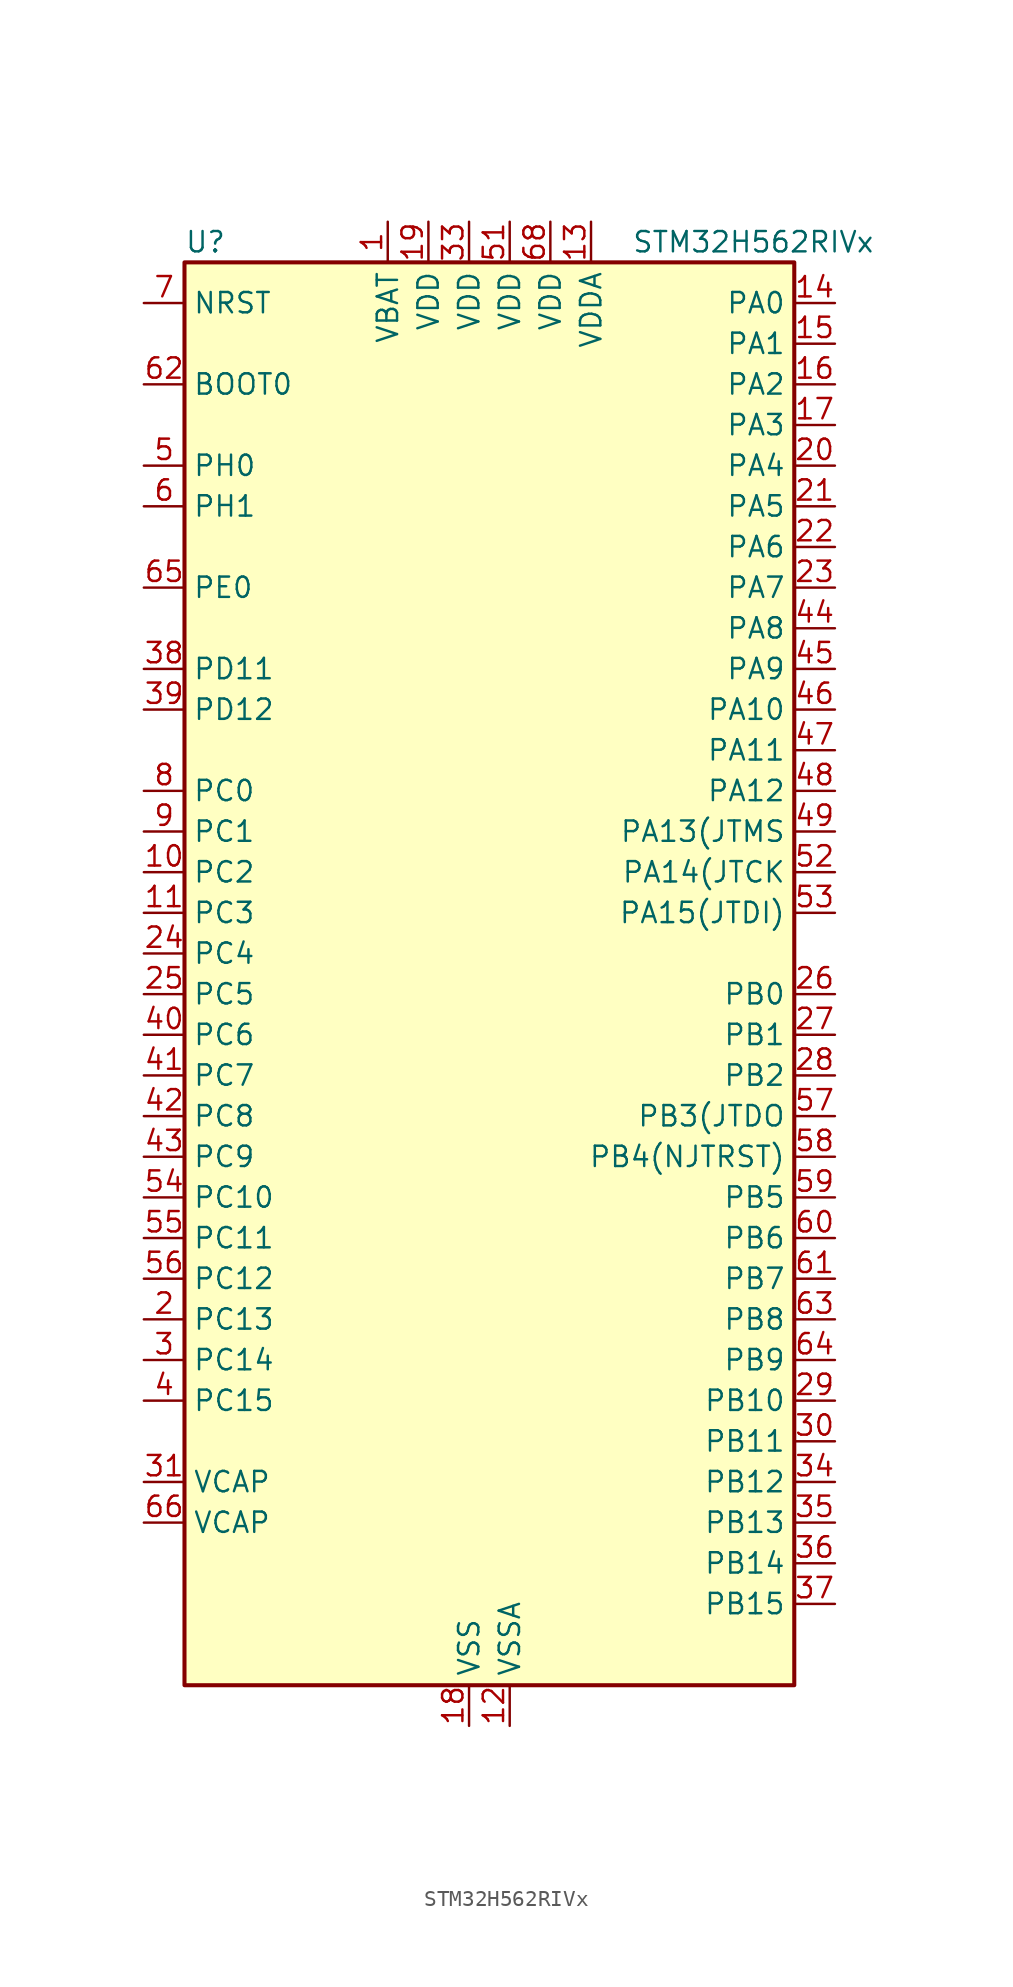
<source format=kicad_sym>
(kicad_symbol_lib
  (version 20231120)
  (generator "kicad_symbol_editor")
  (generator_version "8.0")
  (symbol "STM32H562RIVx"
    (property "Reference" "U"
      (at -17.78 46.99 0)
      (effects (font (size 1.27 1.27)) (justify left)))
    (property "Value" "STM32H562RIVx"
      (at 10.16 46.99 0)
      (effects (font (size 1.27 1.27)) (justify left)))
    (property "ki_locked" ""
      (at 0 0 0)
      (effects (font (size 1.27 1.27))))
    (symbol "STM32H562RIVx_0_1"
      (rectangle (start -17.78 -43.18) (end 20.32 45.72) (stroke (width 0.254) (type default)) (fill (type background))))
    (symbol "STM32H562RIVx_1_1"
      (pin power_in line (at -5.08 48.26 270) (length 2.54) (name "VBAT" (effects (font (size 1.27 1.27)))) (number "1" (effects (font (size 1.27 1.27)))))
      (pin bidirectional line (at -20.32 7.62 0) (length 2.54) (name "PC2" (effects (font (size 1.27 1.27)))) (number "10" (effects (font (size 1.27 1.27)))) (alternate "ADC1_INN11" bidirectional line) (alternate "ADC1_INP12" bidirectional line) (alternate "ADC2_INN11" bidirectional line) (alternate "ADC2_INP12" bidirectional line) (alternate "I2S2_SDI" bidirectional line) (alternate "OCTOSPI1_IO2" bidirectional line) (alternate "OCTOSPI1_IO5" bidirectional line) (alternate "PWR_CSLEEP" bidirectional line) (alternate "SPI2_MISO" bidirectional line) (alternate "TIM17_CH1" bidirectional line) (alternate "TIM4_CH4" bidirectional line))
      (pin bidirectional line (at -20.32 5.08 0) (length 2.54) (name "PC3" (effects (font (size 1.27 1.27)))) (number "11" (effects (font (size 1.27 1.27)))) (alternate "ADC1_INN12" bidirectional line) (alternate "ADC1_INP13" bidirectional line) (alternate "ADC2_INN12" bidirectional line) (alternate "ADC2_INP13" bidirectional line) (alternate "I2S2_SDO" bidirectional line) (alternate "LPTIM3_CH1" bidirectional line) (alternate "OCTOSPI1_IO0" bidirectional line) (alternate "OCTOSPI1_IO6" bidirectional line) (alternate "PWR_CSTOP" bidirectional line) (alternate "SAI1_D3" bidirectional line) (alternate "SPI2_MOSI" bidirectional line))
      (pin power_in line (at 2.54 -45.72 90) (length 2.54) (name "VSSA" (effects (font (size 1.27 1.27)))) (number "12" (effects (font (size 1.27 1.27)))))
      (pin power_in line (at 7.62 48.26 270) (length 2.54) (name "VDDA" (effects (font (size 1.27 1.27)))) (number "13" (effects (font (size 1.27 1.27)))))
      (pin bidirectional line (at 22.86 43.18 180) (length 2.54) (name "PA0" (effects (font (size 1.27 1.27)))) (number "14" (effects (font (size 1.27 1.27)))) (alternate "ADC1_INN1" bidirectional line) (alternate "ADC1_INP0" bidirectional line) (alternate "ADC2_INN1" bidirectional line) (alternate "ADC2_INP0" bidirectional line) (alternate "PWR_WKUP1" bidirectional line) (alternate "SAI2_SD_B" bidirectional line) (alternate "SPI3_RDY" bidirectional line) (alternate "SPI6_NSS" bidirectional line) (alternate "TAMP_IN2" bidirectional line) (alternate "TAMP_OUT1" bidirectional line) (alternate "TIM15_BKIN" bidirectional line) (alternate "TIM2_CH1" bidirectional line) (alternate "TIM2_ETR" bidirectional line) (alternate "TIM5_CH1" bidirectional line) (alternate "TIM8_ETR" bidirectional line) (alternate "UART4_TX" bidirectional line) (alternate "USART2_CTS" bidirectional line) (alternate "USART2_NSS" bidirectional line))
      (pin bidirectional line (at 22.86 40.64 180) (length 2.54) (name "PA1" (effects (font (size 1.27 1.27)))) (number "15" (effects (font (size 1.27 1.27)))) (alternate "ADC1_INP1" bidirectional line) (alternate "ADC2_INP1" bidirectional line) (alternate "LPTIM1_IN1" bidirectional line) (alternate "OCTOSPI1_DQS" bidirectional line) (alternate "OCTOSPI1_IO3" bidirectional line) (alternate "SAI2_MCLK_B" bidirectional line) (alternate "TAMP_IN5" bidirectional line) (alternate "TAMP_OUT4" bidirectional line) (alternate "TIM15_CH1N" bidirectional line) (alternate "TIM2_CH2" bidirectional line) (alternate "TIM5_CH2" bidirectional line) (alternate "UART4_RX" bidirectional line) (alternate "USART2_RTS" bidirectional line))
      (pin bidirectional line (at 22.86 38.1 180) (length 2.54) (name "PA2" (effects (font (size 1.27 1.27)))) (number "16" (effects (font (size 1.27 1.27)))) (alternate "ADC1_INP14" bidirectional line) (alternate "ADC2_INP14" bidirectional line) (alternate "LPTIM1_IN2" bidirectional line) (alternate "PWR_WKUP2" bidirectional line) (alternate "SAI2_SCK_B" bidirectional line) (alternate "TAMP_IN4" bidirectional line) (alternate "TAMP_OUT3" bidirectional line) (alternate "TIM15_CH1" bidirectional line) (alternate "TIM2_CH3" bidirectional line) (alternate "TIM5_CH3" bidirectional line) (alternate "USART2_TX" bidirectional line))
      (pin bidirectional line (at 22.86 35.56 180) (length 2.54) (name "PA3" (effects (font (size 1.27 1.27)))) (number "17" (effects (font (size 1.27 1.27)))) (alternate "ADC1_INP15" bidirectional line) (alternate "ADC2_INP15" bidirectional line) (alternate "I2S2_WS" bidirectional line) (alternate "OCTOSPI1_CLK" bidirectional line) (alternate "SAI1_SD_B" bidirectional line) (alternate "SPI2_NSS" bidirectional line) (alternate "TIM15_CH2" bidirectional line) (alternate "TIM2_CH4" bidirectional line) (alternate "TIM5_CH4" bidirectional line) (alternate "USART2_RX" bidirectional line))
      (pin power_in line (at 0 -45.72 90) (length 2.54) (name "VSS" (effects (font (size 1.27 1.27)))) (number "18" (effects (font (size 1.27 1.27)))))
      (pin power_in line (at -2.54 48.26 270) (length 2.54) (name "VDD" (effects (font (size 1.27 1.27)))) (number "19" (effects (font (size 1.27 1.27)))))
      (pin bidirectional line (at -20.32 -20.32 0) (length 2.54) (name "PC13" (effects (font (size 1.27 1.27)))) (number "2" (effects (font (size 1.27 1.27)))) (alternate "PWR_WKUP4" bidirectional line) (alternate "RTC_OUT1" bidirectional line) (alternate "RTC_TS" bidirectional line) (alternate "TAMP_IN1" bidirectional line) (alternate "TAMP_OUT2" bidirectional line) (alternate "TAMP_OUT3" bidirectional line))
      (pin bidirectional line (at 22.86 33.02 180) (length 2.54) (name "PA4" (effects (font (size 1.27 1.27)))) (number "20" (effects (font (size 1.27 1.27)))) (alternate "ADC1_INP18" bidirectional line) (alternate "ADC2_INP18" bidirectional line) (alternate "DAC1_OUT1" bidirectional line) (alternate "DCMI_HSYNC" bidirectional line) (alternate "I2S1_WS" bidirectional line) (alternate "I2S3_WS" bidirectional line) (alternate "LPTIM2_CH1" bidirectional line) (alternate "PSSI_DE" bidirectional line) (alternate "SPI1_NSS" bidirectional line) (alternate "SPI3_NSS" bidirectional line) (alternate "SPI6_NSS" bidirectional line) (alternate "TIM5_ETR" bidirectional line) (alternate "USART2_CK" bidirectional line))
      (pin bidirectional line (at 22.86 30.48 180) (length 2.54) (name "PA5" (effects (font (size 1.27 1.27)))) (number "21" (effects (font (size 1.27 1.27)))) (alternate "ADC1_INN18" bidirectional line) (alternate "ADC1_INP19" bidirectional line) (alternate "ADC2_INN18" bidirectional line) (alternate "ADC2_INP19" bidirectional line) (alternate "DAC1_OUT2" bidirectional line) (alternate "I2S1_CK" bidirectional line) (alternate "PSSI_D14" bidirectional line) (alternate "SPI1_SCK" bidirectional line) (alternate "SPI6_SCK" bidirectional line) (alternate "TIM2_CH1" bidirectional line) (alternate "TIM2_ETR" bidirectional line) (alternate "TIM8_CH1N" bidirectional line))
      (pin bidirectional line (at 22.86 27.94 180) (length 2.54) (name "PA6" (effects (font (size 1.27 1.27)))) (number "22" (effects (font (size 1.27 1.27)))) (alternate "ADC1_INP3" bidirectional line) (alternate "ADC2_INP3" bidirectional line) (alternate "DCMI_PIXCLK" bidirectional line) (alternate "I2S1_SDI" bidirectional line) (alternate "OCTOSPI1_IO3" bidirectional line) (alternate "PSSI_PDCK" bidirectional line) (alternate "SPI1_MISO" bidirectional line) (alternate "SPI6_MISO" bidirectional line) (alternate "TIM13_CH1" bidirectional line) (alternate "TIM1_BKIN" bidirectional line) (alternate "TIM3_CH1" bidirectional line) (alternate "TIM8_BKIN" bidirectional line) (alternate "USART11_TX" bidirectional line))
      (pin bidirectional line (at 22.86 25.4 180) (length 2.54) (name "PA7" (effects (font (size 1.27 1.27)))) (number "23" (effects (font (size 1.27 1.27)))) (alternate "ADC1_INN3" bidirectional line) (alternate "ADC1_INP7" bidirectional line) (alternate "ADC2_INN3" bidirectional line) (alternate "ADC2_INP7" bidirectional line) (alternate "I2S1_SDO" bidirectional line) (alternate "OCTOSPI1_IO2" bidirectional line) (alternate "SPI1_MOSI" bidirectional line) (alternate "SPI6_MOSI" bidirectional line) (alternate "TIM14_CH1" bidirectional line) (alternate "TIM1_CH1N" bidirectional line) (alternate "TIM3_CH2" bidirectional line) (alternate "TIM8_CH1N" bidirectional line) (alternate "USART11_RX" bidirectional line))
      (pin bidirectional line (at -20.32 2.54 0) (length 2.54) (name "PC4" (effects (font (size 1.27 1.27)))) (number "24" (effects (font (size 1.27 1.27)))) (alternate "ADC1_INP4" bidirectional line) (alternate "ADC2_INP4" bidirectional line) (alternate "I2S1_MCK" bidirectional line) (alternate "LPTIM2_ETR" bidirectional line) (alternate "SAI1_CK1" bidirectional line) (alternate "TIM2_CH4" bidirectional line) (alternate "USART3_RX" bidirectional line))
      (pin bidirectional line (at -20.32 0 0) (length 2.54) (name "PC5" (effects (font (size 1.27 1.27)))) (number "25" (effects (font (size 1.27 1.27)))) (alternate "ADC1_INN4" bidirectional line) (alternate "ADC1_INP8" bidirectional line) (alternate "ADC2_INN4" bidirectional line) (alternate "ADC2_INP8" bidirectional line) (alternate "OCTOSPI1_DQS" bidirectional line) (alternate "PSSI_D15" bidirectional line) (alternate "SAI1_D3" bidirectional line) (alternate "SAI1_FS_A" bidirectional line) (alternate "TIM1_CH4N" bidirectional line))
      (pin bidirectional line (at 22.86 0 180) (length 2.54) (name "PB0" (effects (font (size 1.27 1.27)))) (number "26" (effects (font (size 1.27 1.27)))) (alternate "ADC1_INN5" bidirectional line) (alternate "ADC1_INP9" bidirectional line) (alternate "ADC2_INN5" bidirectional line) (alternate "ADC2_INP9" bidirectional line) (alternate "LPTIM3_CH1" bidirectional line) (alternate "OCTOSPI1_IO1" bidirectional line) (alternate "TIM1_CH2N" bidirectional line) (alternate "TIM3_CH3" bidirectional line) (alternate "TIM8_CH2N" bidirectional line) (alternate "UART4_CTS" bidirectional line) (alternate "USART11_CK" bidirectional line))
      (pin bidirectional line (at 22.86 -2.54 180) (length 2.54) (name "PB1" (effects (font (size 1.27 1.27)))) (number "27" (effects (font (size 1.27 1.27)))) (alternate "ADC1_INP5" bidirectional line) (alternate "ADC2_INP5" bidirectional line) (alternate "LPTIM3_CH2" bidirectional line) (alternate "OCTOSPI1_IO0" bidirectional line) (alternate "TIM1_CH3N" bidirectional line) (alternate "TIM3_CH4" bidirectional line) (alternate "TIM8_CH3N" bidirectional line))
      (pin bidirectional line (at 22.86 -5.08 180) (length 2.54) (name "PB2" (effects (font (size 1.27 1.27)))) (number "28" (effects (font (size 1.27 1.27)))) (alternate "I2S3_SDO" bidirectional line) (alternate "LPTIM1_CH1" bidirectional line) (alternate "LPTIM5_ETR" bidirectional line) (alternate "OCTOSPI1_CLK" bidirectional line) (alternate "OCTOSPI1_DQS" bidirectional line) (alternate "RCC_LSCO" bidirectional line) (alternate "RTC_OUT2" bidirectional line) (alternate "SAI1_D1" bidirectional line) (alternate "SAI1_SD_A" bidirectional line) (alternate "SDMMC1_CMD" bidirectional line) (alternate "SPI1_RDY" bidirectional line) (alternate "SPI3_MOSI" bidirectional line) (alternate "TIM8_CH4N" bidirectional line))
      (pin bidirectional line (at 22.86 -25.4 180) (length 2.54) (name "PB10" (effects (font (size 1.27 1.27)))) (number "29" (effects (font (size 1.27 1.27)))) (alternate "I2C2_SCL" bidirectional line) (alternate "I2S2_CK" bidirectional line) (alternate "LPTIM2_IN1" bidirectional line) (alternate "LPTIM3_CH1" bidirectional line) (alternate "OCTOSPI1_NCS" bidirectional line) (alternate "SPI2_SCK" bidirectional line) (alternate "TIM2_CH3" bidirectional line) (alternate "USART3_TX" bidirectional line))
      (pin bidirectional line (at -20.32 -22.86 0) (length 2.54) (name "PC14" (effects (font (size 1.27 1.27)))) (number "3" (effects (font (size 1.27 1.27)))) (alternate "RCC_OSC32_IN" bidirectional line))
      (pin bidirectional line (at 22.86 -27.94 180) (length 2.54) (name "PB11" (effects (font (size 1.27 1.27)))) (number "30" (effects (font (size 1.27 1.27)))) (alternate "ADC1_EXTI11" bidirectional line) (alternate "ADC2_EXTI11" bidirectional line) (alternate "I2C2_SDA" bidirectional line) (alternate "LPTIM2_ETR" bidirectional line) (alternate "SPI2_RDY" bidirectional line) (alternate "TIM2_CH4" bidirectional line) (alternate "USART3_RX" bidirectional line))
      (pin power_out line (at -20.32 -30.48 0) (length 2.54) (name "VCAP" (effects (font (size 1.27 1.27)))) (number "31" (effects (font (size 1.27 1.27)))))
      (pin passive line (at 0 -45.72 90) (length 2.54) hide (name "VSS" (effects (font (size 1.27 1.27)))) (number "32" (effects (font (size 1.27 1.27)))))
      (pin power_in line (at 0 48.26 270) (length 2.54) (name "VDD" (effects (font (size 1.27 1.27)))) (number "33" (effects (font (size 1.27 1.27)))))
      (pin bidirectional line (at 22.86 -30.48 180) (length 2.54) (name "PB12" (effects (font (size 1.27 1.27)))) (number "34" (effects (font (size 1.27 1.27)))) (alternate "I2C2_SDA" bidirectional line) (alternate "I2S2_WS" bidirectional line) (alternate "OCTOSPI1_NCLK" bidirectional line) (alternate "SPI2_NSS" bidirectional line) (alternate "TIM1_BKIN" bidirectional line) (alternate "UART5_RX" bidirectional line) (alternate "UCPD1_FRSTX" bidirectional line) (alternate "USART3_CK" bidirectional line))
      (pin bidirectional line (at 22.86 -33.02 180) (length 2.54) (name "PB13" (effects (font (size 1.27 1.27)))) (number "35" (effects (font (size 1.27 1.27)))) (alternate "I2C2_SMBA" bidirectional line) (alternate "I2S2_CK" bidirectional line) (alternate "LPTIM2_CH1" bidirectional line) (alternate "LPTIM3_IN1" bidirectional line) (alternate "SDMMC1_D0" bidirectional line) (alternate "SPI2_SCK" bidirectional line) (alternate "TIM1_CH1N" bidirectional line) (alternate "UART5_TX" bidirectional line) (alternate "UCPD1_CC1" bidirectional line) (alternate "USART3_CTS" bidirectional line) (alternate "USART3_NSS" bidirectional line))
      (pin bidirectional line (at 22.86 -35.56 180) (length 2.54) (name "PB14" (effects (font (size 1.27 1.27)))) (number "36" (effects (font (size 1.27 1.27)))) (alternate "I2S2_SDI" bidirectional line) (alternate "LPTIM3_ETR" bidirectional line) (alternate "SPI2_MISO" bidirectional line) (alternate "TIM12_CH1" bidirectional line) (alternate "TIM1_CH2N" bidirectional line) (alternate "TIM8_CH2N" bidirectional line) (alternate "UART4_DE" bidirectional line) (alternate "UART4_RTS" bidirectional line) (alternate "UCPD1_CC2" bidirectional line) (alternate "USART1_TX" bidirectional line) (alternate "USART3_RTS" bidirectional line))
      (pin bidirectional line (at 22.86 -38.1 180) (length 2.54) (name "PB15" (effects (font (size 1.27 1.27)))) (number "37" (effects (font (size 1.27 1.27)))) (alternate "ADC1_EXTI15" bidirectional line) (alternate "ADC2_EXTI15" bidirectional line) (alternate "DCMI_D2" bidirectional line) (alternate "I2S2_SDO" bidirectional line) (alternate "OCTOSPI1_CLK" bidirectional line) (alternate "PSSI_D2" bidirectional line) (alternate "PWR_PVD_IN" bidirectional line) (alternate "RTC_REFIN" bidirectional line) (alternate "SPI2_MOSI" bidirectional line) (alternate "TIM12_CH2" bidirectional line) (alternate "TIM1_CH3N" bidirectional line) (alternate "TIM8_CH3N" bidirectional line) (alternate "UART4_CTS" bidirectional line) (alternate "UART5_RX" bidirectional line) (alternate "USART11_CTS" bidirectional line) (alternate "USART11_NSS" bidirectional line) (alternate "USART1_RX" bidirectional line))
      (pin bidirectional line (at -20.32 20.32 0) (length 2.54) (name "PD11" (effects (font (size 1.27 1.27)))) (number "38" (effects (font (size 1.27 1.27)))) (alternate "ADC1_EXTI11" bidirectional line) (alternate "ADC2_EXTI11" bidirectional line) (alternate "I2C4_SMBA" bidirectional line) (alternate "LPTIM2_IN2" bidirectional line) (alternate "OCTOSPI1_IO0" bidirectional line) (alternate "SAI1_CK1" bidirectional line) (alternate "SAI2_SD_A" bidirectional line) (alternate "UART4_RX" bidirectional line) (alternate "USART3_CTS" bidirectional line) (alternate "USART3_NSS" bidirectional line))
      (pin bidirectional line (at -20.32 17.78 0) (length 2.54) (name "PD12" (effects (font (size 1.27 1.27)))) (number "39" (effects (font (size 1.27 1.27)))) (alternate "DCMI_D12" bidirectional line) (alternate "I2C4_SCL" bidirectional line) (alternate "I3C1_SCL" bidirectional line) (alternate "LPTIM1_IN1" bidirectional line) (alternate "LPTIM2_IN1" bidirectional line) (alternate "OCTOSPI1_IO1" bidirectional line) (alternate "PSSI_D12" bidirectional line) (alternate "SAI1_D1" bidirectional line) (alternate "SAI2_FS_A" bidirectional line) (alternate "TIM4_CH1" bidirectional line) (alternate "UART4_TX" bidirectional line) (alternate "USART3_RTS" bidirectional line))
      (pin bidirectional line (at -20.32 -25.4 0) (length 2.54) (name "PC15" (effects (font (size 1.27 1.27)))) (number "4" (effects (font (size 1.27 1.27)))) (alternate "ADC1_EXTI15" bidirectional line) (alternate "ADC2_EXTI15" bidirectional line) (alternate "RCC_OSC32_OUT" bidirectional line))
      (pin bidirectional line (at -20.32 -2.54 0) (length 2.54) (name "PC6" (effects (font (size 1.27 1.27)))) (number "40" (effects (font (size 1.27 1.27)))) (alternate "DCMI_D0" bidirectional line) (alternate "I2S2_MCK" bidirectional line) (alternate "OCTOSPI1_IO5" bidirectional line) (alternate "PSSI_D0" bidirectional line) (alternate "SAI1_SCK_A" bidirectional line) (alternate "SDMMC1_D0DIR" bidirectional line) (alternate "SDMMC1_D6" bidirectional line) (alternate "TIM3_CH1" bidirectional line) (alternate "TIM8_CH1" bidirectional line) (alternate "USART6_TX" bidirectional line))
      (pin bidirectional line (at -20.32 -5.08 0) (length 2.54) (name "PC7" (effects (font (size 1.27 1.27)))) (number "41" (effects (font (size 1.27 1.27)))) (alternate "DCMI_D1" bidirectional line) (alternate "DEBUG_TRGIO" bidirectional line) (alternate "I2S3_MCK" bidirectional line) (alternate "OCTOSPI1_IO6" bidirectional line) (alternate "PSSI_D1" bidirectional line) (alternate "SDMMC1_D123DIR" bidirectional line) (alternate "SDMMC1_D7" bidirectional line) (alternate "TIM3_CH2" bidirectional line) (alternate "TIM8_CH2" bidirectional line) (alternate "USART6_RX" bidirectional line))
      (pin bidirectional line (at -20.32 -7.62 0) (length 2.54) (name "PC8" (effects (font (size 1.27 1.27)))) (number "42" (effects (font (size 1.27 1.27)))) (alternate "DCMI_D2" bidirectional line) (alternate "DEBUG_TRACED1" bidirectional line) (alternate "PSSI_D2" bidirectional line) (alternate "SDMMC1_D0" bidirectional line) (alternate "TIM3_CH3" bidirectional line) (alternate "TIM8_CH3" bidirectional line) (alternate "UART5_DE" bidirectional line) (alternate "UART5_RTS" bidirectional line) (alternate "USART6_CK" bidirectional line))
      (pin bidirectional line (at -20.32 -10.16 0) (length 2.54) (name "PC9" (effects (font (size 1.27 1.27)))) (number "43" (effects (font (size 1.27 1.27)))) (alternate "AUDIOCLK" bidirectional line) (alternate "DAC1_EXTI9" bidirectional line) (alternate "DCMI_D3" bidirectional line) (alternate "I2C3_SDA" bidirectional line) (alternate "OCTOSPI1_IO0" bidirectional line) (alternate "PSSI_D3" bidirectional line) (alternate "RCC_MCO_2" bidirectional line) (alternate "SDMMC1_D1" bidirectional line) (alternate "TIM3_CH4" bidirectional line) (alternate "TIM8_CH4" bidirectional line) (alternate "UART5_CTS" bidirectional line) (alternate "UCPD1_DB2" bidirectional line))
      (pin bidirectional line (at 22.86 22.86 180) (length 2.54) (name "PA8" (effects (font (size 1.27 1.27)))) (number "44" (effects (font (size 1.27 1.27)))) (alternate "DCMI_D3" bidirectional line) (alternate "I2C3_SCL" bidirectional line) (alternate "PSSI_D3" bidirectional line) (alternate "RCC_MCO_1" bidirectional line) (alternate "SPI1_RDY" bidirectional line) (alternate "TIM1_CH1" bidirectional line) (alternate "TIM8_BKIN2" bidirectional line) (alternate "UART7_RX" bidirectional line) (alternate "USART1_CK" bidirectional line) (alternate "USB_SOF" bidirectional line))
      (pin bidirectional line (at 22.86 20.32 180) (length 2.54) (name "PA9" (effects (font (size 1.27 1.27)))) (number "45" (effects (font (size 1.27 1.27)))) (alternate "DAC1_EXTI9" bidirectional line) (alternate "DCMI_D0" bidirectional line) (alternate "I2C3_SMBA" bidirectional line) (alternate "I2S2_CK" bidirectional line) (alternate "LPUART1_TX" bidirectional line) (alternate "PSSI_D0" bidirectional line) (alternate "SPI2_SCK" bidirectional line) (alternate "TIM1_CH2" bidirectional line) (alternate "UCPD1_DB1" bidirectional line) (alternate "USART1_TX" bidirectional line))
      (pin bidirectional line (at 22.86 17.78 180) (length 2.54) (name "PA10" (effects (font (size 1.27 1.27)))) (number "46" (effects (font (size 1.27 1.27)))) (alternate "DCMI_D1" bidirectional line) (alternate "LPTIM2_IN2" bidirectional line) (alternate "LPUART1_RX" bidirectional line) (alternate "PSSI_D1" bidirectional line) (alternate "SDMMC1_D0" bidirectional line) (alternate "TIM1_CH3" bidirectional line) (alternate "UCPD1_FRSTX" bidirectional line) (alternate "USART1_RX" bidirectional line))
      (pin bidirectional line (at 22.86 15.24 180) (length 2.54) (name "PA11" (effects (font (size 1.27 1.27)))) (number "47" (effects (font (size 1.27 1.27)))) (alternate "ADC1_EXTI11" bidirectional line) (alternate "ADC2_EXTI11" bidirectional line) (alternate "FDCAN1_RX" bidirectional line) (alternate "I2S2_WS" bidirectional line) (alternate "LPUART1_CTS" bidirectional line) (alternate "SPI2_NSS" bidirectional line) (alternate "TIM1_CH4" bidirectional line) (alternate "UART4_RX" bidirectional line) (alternate "USART1_CTS" bidirectional line) (alternate "USART1_NSS" bidirectional line) (alternate "USB_DM" bidirectional line))
      (pin bidirectional line (at 22.86 12.7 180) (length 2.54) (name "PA12" (effects (font (size 1.27 1.27)))) (number "48" (effects (font (size 1.27 1.27)))) (alternate "FDCAN1_TX" bidirectional line) (alternate "I2S2_CK" bidirectional line) (alternate "LPUART1_RTS" bidirectional line) (alternate "SAI2_FS_B" bidirectional line) (alternate "SPI2_SCK" bidirectional line) (alternate "TIM1_ETR" bidirectional line) (alternate "UART4_TX" bidirectional line) (alternate "USART1_RTS" bidirectional line) (alternate "USB_DP" bidirectional line))
      (pin bidirectional line (at 22.86 10.16 180) (length 2.54) (name "PA13(JTMS" (effects (font (size 1.27 1.27)))) (number "49" (effects (font (size 1.27 1.27)))) (alternate "DEBUG_JTMS-SWDIO" bidirectional line))
      (pin bidirectional line (at -20.32 33.02 0) (length 2.54) (name "PH0" (effects (font (size 1.27 1.27)))) (number "5" (effects (font (size 1.27 1.27)))) (alternate "RCC_OSC_IN" bidirectional line))
      (pin passive line (at 0 -45.72 90) (length 2.54) hide (name "VSS" (effects (font (size 1.27 1.27)))) (number "50" (effects (font (size 1.27 1.27)))))
      (pin power_in line (at 2.54 48.26 270) (length 2.54) (name "VDD" (effects (font (size 1.27 1.27)))) (number "51" (effects (font (size 1.27 1.27)))))
      (pin bidirectional line (at 22.86 7.62 180) (length 2.54) (name "PA14(JTCK" (effects (font (size 1.27 1.27)))) (number "52" (effects (font (size 1.27 1.27)))) (alternate "DEBUG_JTCK-SWCLK" bidirectional line))
      (pin bidirectional line (at 22.86 5.08 180) (length 2.54) (name "PA15(JTDI)" (effects (font (size 1.27 1.27)))) (number "53" (effects (font (size 1.27 1.27)))) (alternate "ADC1_EXTI15" bidirectional line) (alternate "ADC2_EXTI15" bidirectional line) (alternate "CEC" bidirectional line) (alternate "DCMI_D11" bidirectional line) (alternate "DEBUG_JTDI" bidirectional line) (alternate "I2S1_WS" bidirectional line) (alternate "I2S3_WS" bidirectional line) (alternate "LPTIM3_IN2" bidirectional line) (alternate "PSSI_D11" bidirectional line) (alternate "SPI1_NSS" bidirectional line) (alternate "SPI3_NSS" bidirectional line) (alternate "SPI6_NSS" bidirectional line) (alternate "TIM2_CH1" bidirectional line) (alternate "TIM2_ETR" bidirectional line) (alternate "UART4_DE" bidirectional line) (alternate "UART4_RTS" bidirectional line) (alternate "UART7_TX" bidirectional line))
      (pin bidirectional line (at -20.32 -12.7 0) (length 2.54) (name "PC10" (effects (font (size 1.27 1.27)))) (number "54" (effects (font (size 1.27 1.27)))) (alternate "DCMI_D8" bidirectional line) (alternate "I2S3_CK" bidirectional line) (alternate "LPTIM3_ETR" bidirectional line) (alternate "OCTOSPI1_IO1" bidirectional line) (alternate "PSSI_D8" bidirectional line) (alternate "SDMMC1_D2" bidirectional line) (alternate "SPI3_SCK" bidirectional line) (alternate "UART4_TX" bidirectional line) (alternate "USART3_TX" bidirectional line))
      (pin bidirectional line (at -20.32 -15.24 0) (length 2.54) (name "PC11" (effects (font (size 1.27 1.27)))) (number "55" (effects (font (size 1.27 1.27)))) (alternate "ADC1_EXTI11" bidirectional line) (alternate "ADC2_EXTI11" bidirectional line) (alternate "DCMI_D4" bidirectional line) (alternate "I2S3_SDI" bidirectional line) (alternate "LPTIM3_IN1" bidirectional line) (alternate "OCTOSPI1_NCS" bidirectional line) (alternate "PSSI_D4" bidirectional line) (alternate "SDMMC1_D3" bidirectional line) (alternate "SPI3_MISO" bidirectional line) (alternate "UART4_RX" bidirectional line) (alternate "USART3_RX" bidirectional line))
      (pin bidirectional line (at -20.32 -17.78 0) (length 2.54) (name "PC12" (effects (font (size 1.27 1.27)))) (number "56" (effects (font (size 1.27 1.27)))) (alternate "DCMI_D9" bidirectional line) (alternate "DEBUG_TRACED3" bidirectional line) (alternate "I2S3_SDO" bidirectional line) (alternate "PSSI_D9" bidirectional line) (alternate "SDMMC1_CK" bidirectional line) (alternate "SPI3_MOSI" bidirectional line) (alternate "SPI6_SCK" bidirectional line) (alternate "TIM15_CH1" bidirectional line) (alternate "UART5_TX" bidirectional line) (alternate "USART3_CK" bidirectional line))
      (pin bidirectional line (at 22.86 -7.62 180) (length 2.54) (name "PB3(JTDO" (effects (font (size 1.27 1.27)))) (number "57" (effects (font (size 1.27 1.27)))) (alternate "CRS_SYNC" bidirectional line) (alternate "DEBUG_JTDO-SWO" bidirectional line) (alternate "I2C2_SDA" bidirectional line) (alternate "I2S1_CK" bidirectional line) (alternate "I2S3_CK" bidirectional line) (alternate "LPTIM6_ETR" bidirectional line) (alternate "SPI1_SCK" bidirectional line) (alternate "SPI3_SCK" bidirectional line) (alternate "SPI6_SCK" bidirectional line) (alternate "TIM2_CH2" bidirectional line) (alternate "UART7_RX" bidirectional line))
      (pin bidirectional line (at 22.86 -10.16 180) (length 2.54) (name "PB4(NJTRST)" (effects (font (size 1.27 1.27)))) (number "58" (effects (font (size 1.27 1.27)))) (alternate "DCMI_D7" bidirectional line) (alternate "DEBUG_JTRST" bidirectional line) (alternate "I2S1_SDI" bidirectional line) (alternate "I2S2_WS" bidirectional line) (alternate "I2S3_SDI" bidirectional line) (alternate "LPTIM1_CH2" bidirectional line) (alternate "OCTOSPI1_CLK" bidirectional line) (alternate "PSSI_D7" bidirectional line) (alternate "SPI1_MISO" bidirectional line) (alternate "SPI2_NSS" bidirectional line) (alternate "SPI3_MISO" bidirectional line) (alternate "SPI6_MISO" bidirectional line) (alternate "TIM16_BKIN" bidirectional line) (alternate "TIM3_CH1" bidirectional line) (alternate "UART7_TX" bidirectional line))
      (pin bidirectional line (at 22.86 -12.7 180) (length 2.54) (name "PB5" (effects (font (size 1.27 1.27)))) (number "59" (effects (font (size 1.27 1.27)))) (alternate "DCMI_D10" bidirectional line) (alternate "I2C1_SMBA" bidirectional line) (alternate "I2C4_SMBA" bidirectional line) (alternate "I2S1_SDO" bidirectional line) (alternate "I2S3_SDO" bidirectional line) (alternate "OCTOSPI1_NCLK" bidirectional line) (alternate "PSSI_D10" bidirectional line) (alternate "SPI1_MOSI" bidirectional line) (alternate "SPI3_MOSI" bidirectional line) (alternate "SPI6_MOSI" bidirectional line) (alternate "TIM17_BKIN" bidirectional line) (alternate "TIM3_CH2" bidirectional line) (alternate "UART5_RX" bidirectional line))
      (pin bidirectional line (at -20.32 30.48 0) (length 2.54) (name "PH1" (effects (font (size 1.27 1.27)))) (number "6" (effects (font (size 1.27 1.27)))) (alternate "RCC_OSC_OUT" bidirectional line))
      (pin bidirectional line (at 22.86 -15.24 180) (length 2.54) (name "PB6" (effects (font (size 1.27 1.27)))) (number "60" (effects (font (size 1.27 1.27)))) (alternate "CEC" bidirectional line) (alternate "DCMI_D5" bidirectional line) (alternate "I2C1_SCL" bidirectional line) (alternate "I2C4_SCL" bidirectional line) (alternate "I3C1_SCL" bidirectional line) (alternate "LPUART1_TX" bidirectional line) (alternate "OCTOSPI1_NCS" bidirectional line) (alternate "PSSI_D5" bidirectional line) (alternate "TIM16_CH1N" bidirectional line) (alternate "TIM4_CH1" bidirectional line) (alternate "UART5_TX" bidirectional line) (alternate "USART1_TX" bidirectional line))
      (pin bidirectional line (at 22.86 -17.78 180) (length 2.54) (name "PB7" (effects (font (size 1.27 1.27)))) (number "61" (effects (font (size 1.27 1.27)))) (alternate "DCMI_VSYNC" bidirectional line) (alternate "FDCAN1_TX" bidirectional line) (alternate "I2C1_SDA" bidirectional line) (alternate "I2C4_SDA" bidirectional line) (alternate "I3C1_SDA" bidirectional line) (alternate "LPUART1_RX" bidirectional line) (alternate "PSSI_RDY" bidirectional line) (alternate "PWR_WKUP5" bidirectional line) (alternate "TIM17_CH1N" bidirectional line) (alternate "TIM4_CH2" bidirectional line) (alternate "USART1_RX" bidirectional line))
      (pin input line (at -20.32 38.1 0) (length 2.54) (name "BOOT0" (effects (font (size 1.27 1.27)))) (number "62" (effects (font (size 1.27 1.27)))))
      (pin bidirectional line (at 22.86 -20.32 180) (length 2.54) (name "PB8" (effects (font (size 1.27 1.27)))) (number "63" (effects (font (size 1.27 1.27)))) (alternate "DCMI_D6" bidirectional line) (alternate "FDCAN1_RX" bidirectional line) (alternate "I2C1_SCL" bidirectional line) (alternate "I2C4_SCL" bidirectional line) (alternate "I3C1_SCL" bidirectional line) (alternate "PSSI_D6" bidirectional line) (alternate "SDMMC1_CKIN" bidirectional line) (alternate "SDMMC1_D4" bidirectional line) (alternate "TIM16_CH1" bidirectional line) (alternate "TIM4_CH3" bidirectional line) (alternate "UART4_RX" bidirectional line))
      (pin bidirectional line (at 22.86 -22.86 180) (length 2.54) (name "PB9" (effects (font (size 1.27 1.27)))) (number "64" (effects (font (size 1.27 1.27)))) (alternate "DAC1_EXTI9" bidirectional line) (alternate "DCMI_D7" bidirectional line) (alternate "FDCAN1_TX" bidirectional line) (alternate "I2C1_SDA" bidirectional line) (alternate "I2C4_SDA" bidirectional line) (alternate "I2S2_WS" bidirectional line) (alternate "I3C1_SDA" bidirectional line) (alternate "PSSI_D7" bidirectional line) (alternate "SDMMC1_CDIR" bidirectional line) (alternate "SDMMC1_D5" bidirectional line) (alternate "SPI2_NSS" bidirectional line) (alternate "TIM17_CH1" bidirectional line) (alternate "TIM4_CH4" bidirectional line) (alternate "UART4_TX" bidirectional line))
      (pin bidirectional line (at -20.32 25.4 0) (length 2.54) (name "PE0" (effects (font (size 1.27 1.27)))) (number "65" (effects (font (size 1.27 1.27)))) (alternate "DCMI_D2" bidirectional line) (alternate "FDCAN1_RX" bidirectional line) (alternate "LPTIM1_ETR" bidirectional line) (alternate "LPTIM2_CH2" bidirectional line) (alternate "LPTIM2_ETR" bidirectional line) (alternate "PSSI_D2" bidirectional line) (alternate "SAI2_MCLK_A" bidirectional line) (alternate "SPI3_RDY" bidirectional line) (alternate "TIM4_ETR" bidirectional line))
      (pin power_out line (at -20.32 -33.02 0) (length 2.54) (name "VCAP" (effects (font (size 1.27 1.27)))) (number "66" (effects (font (size 1.27 1.27)))))
      (pin passive line (at 0 -45.72 90) (length 2.54) hide (name "VSS" (effects (font (size 1.27 1.27)))) (number "67" (effects (font (size 1.27 1.27)))))
      (pin power_in line (at 5.08 48.26 270) (length 2.54) (name "VDD" (effects (font (size 1.27 1.27)))) (number "68" (effects (font (size 1.27 1.27)))))
      (pin passive line (at 0 -45.72 90) (length 2.54) hide (name "VSS" (effects (font (size 1.27 1.27)))) (number "69" (effects (font (size 1.27 1.27)))))
      (pin input line (at -20.32 43.18 0) (length 2.54) (name "NRST" (effects (font (size 1.27 1.27)))) (number "7" (effects (font (size 1.27 1.27)))))
      (pin bidirectional line (at -20.32 12.7 0) (length 2.54) (name "PC0" (effects (font (size 1.27 1.27)))) (number "8" (effects (font (size 1.27 1.27)))) (alternate "ADC1_INP10" bidirectional line) (alternate "ADC2_INP10" bidirectional line) (alternate "OCTOSPI1_IO7" bidirectional line) (alternate "SAI1_MCLK_A" bidirectional line) (alternate "SAI2_FS_B" bidirectional line) (alternate "SPI2_RDY" bidirectional line) (alternate "TIM16_BKIN" bidirectional line))
      (pin bidirectional line (at -20.32 10.16 0) (length 2.54) (name "PC1" (effects (font (size 1.27 1.27)))) (number "9" (effects (font (size 1.27 1.27)))) (alternate "ADC1_INN10" bidirectional line) (alternate "ADC1_INP11" bidirectional line) (alternate "ADC2_INN10" bidirectional line) (alternate "ADC2_INP11" bidirectional line) (alternate "DEBUG_TRACED0" bidirectional line) (alternate "I2S2_SDO" bidirectional line) (alternate "OCTOSPI1_IO4" bidirectional line) (alternate "PWR_WKUP6" bidirectional line) (alternate "SAI1_D1" bidirectional line) (alternate "SAI1_SD_A" bidirectional line) (alternate "SAI2_SD_A" bidirectional line) (alternate "SPI2_MOSI" bidirectional line) (alternate "TAMP_IN3" bidirectional line) (alternate "TAMP_OUT5" bidirectional line) (alternate "USART11_RTS" bidirectional line)))))
</source>
